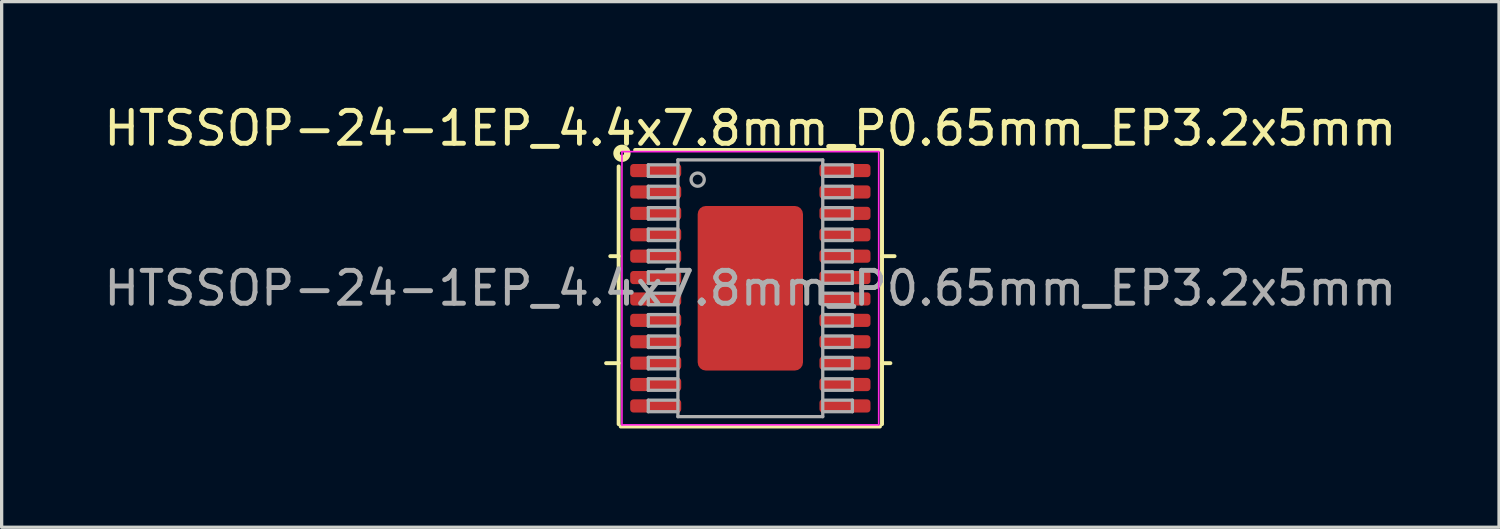
<source format=kicad_pcb>
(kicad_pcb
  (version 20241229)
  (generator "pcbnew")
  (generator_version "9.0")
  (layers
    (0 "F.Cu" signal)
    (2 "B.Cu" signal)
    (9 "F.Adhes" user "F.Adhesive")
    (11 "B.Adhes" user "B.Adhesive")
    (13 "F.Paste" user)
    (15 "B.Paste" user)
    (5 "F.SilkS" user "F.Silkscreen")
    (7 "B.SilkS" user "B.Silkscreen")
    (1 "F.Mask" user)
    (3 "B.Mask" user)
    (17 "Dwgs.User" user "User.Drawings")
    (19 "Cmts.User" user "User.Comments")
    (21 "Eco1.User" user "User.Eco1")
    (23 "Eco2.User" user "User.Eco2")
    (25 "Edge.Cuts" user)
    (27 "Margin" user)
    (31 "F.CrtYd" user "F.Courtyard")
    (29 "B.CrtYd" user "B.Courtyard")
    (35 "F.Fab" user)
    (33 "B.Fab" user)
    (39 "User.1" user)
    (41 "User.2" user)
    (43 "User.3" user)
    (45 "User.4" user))
  (footprint "HTSSOP-24-1EP_4.4x7.8mm_P0.65mm_EP3.2x5mm"
    (layer "F.Cu")
    (at 19.744 5.707)
    (property "Reference" "HTSSOP-24-1EP_4.4x7.8mm_P0.65mm_EP3.2x5mm" (at 0 -4.859 0) (layer "F.SilkS") (effects (font (size 1 1) (thickness 0.15))))
    (attr smd)
    (fp_line (start -4 -0.975) (end -4.254 -0.975) (stroke (width 0.12) (type solid)) (layer "F.SilkS"))
    (fp_line (start -4 2.275) (end -4.381 2.275) (stroke (width 0.12) (type solid)) (layer "F.SilkS"))
    (fp_line (start -4 4.128) (end -4 -3.7) (stroke (width 0.12) (type solid)) (layer "F.SilkS"))
    (fp_line (start -3.5 -4.2) (end 3.937 -4.2) (stroke (width 0.12) (type solid)) (layer "F.SilkS"))
    (fp_line (start 3.937 4.2) (end -3.937 4.2) (stroke (width 0.12) (type solid)) (layer "F.SilkS"))
    (fp_line (start 4 -4.191) (end 4 4.128) (stroke (width 0.12) (type solid)) (layer "F.SilkS"))
    (fp_line (start 4 -0.975) (end 4.381 -0.975) (stroke (width 0.12) (type solid)) (layer "F.SilkS"))
    (fp_line (start 4 2.275) (end 4.254 2.275) (stroke (width 0.12) (type solid)) (layer "F.SilkS"))
    (fp_circle (center -3.9 -4.1) (end -3.837 -4.1) (stroke (width 0.2) (type solid)) (fill no) (layer "F.SilkS"))
    (fp_line (start -3.9 -4.15) (end -3.9 4.15) (stroke (width 0.05) (type solid)) (layer "F.CrtYd"))
    (fp_line (start -3.9 4.15) (end 3.9 4.15) (stroke (width 0.05) (type solid)) (layer "F.CrtYd"))
    (fp_line (start 3.9 -4.15) (end -3.9 -4.15) (stroke (width 0.05) (type solid)) (layer "F.CrtYd"))
    (fp_line (start 3.9 4.15) (end 3.9 -4.15) (stroke (width 0.05) (type solid)) (layer "F.CrtYd"))
    (fp_line (start -3.1 -3.75) (end -3.1 -3.4) (stroke (width 0.1) (type solid)) (layer "F.Fab"))
    (fp_line (start -3.1 -3.75) (end -2.2 -3.75) (stroke (width 0.1) (type solid)) (layer "F.Fab"))
    (fp_line (start -3.1 -3.4) (end -2.2 -3.4) (stroke (width 0.1) (type solid)) (layer "F.Fab"))
    (fp_line (start -3.1 -3.1) (end -3.1 -2.75) (stroke (width 0.1) (type solid)) (layer "F.Fab"))
    (fp_line (start -3.1 -3.1) (end -2.2 -3.1) (stroke (width 0.1) (type solid)) (layer "F.Fab"))
    (fp_line (start -3.1 -2.75) (end -2.2 -2.75) (stroke (width 0.1) (type solid)) (layer "F.Fab"))
    (fp_line (start -3.1 -2.45) (end -3.1 -2.1) (stroke (width 0.1) (type solid)) (layer "F.Fab"))
    (fp_line (start -3.1 -2.45) (end -2.2 -2.45) (stroke (width 0.1) (type solid)) (layer "F.Fab"))
    (fp_line (start -3.1 -2.1) (end -2.2 -2.1) (stroke (width 0.1) (type solid)) (layer "F.Fab"))
    (fp_line (start -3.1 -1.8) (end -3.1 -1.45) (stroke (width 0.1) (type solid)) (layer "F.Fab"))
    (fp_line (start -3.1 -1.8) (end -2.2 -1.8) (stroke (width 0.1) (type solid)) (layer "F.Fab"))
    (fp_line (start -3.1 -1.45) (end -2.2 -1.45) (stroke (width 0.1) (type solid)) (layer "F.Fab"))
    (fp_line (start -3.1 -1.15) (end -3.1 -0.8) (stroke (width 0.1) (type solid)) (layer "F.Fab"))
    (fp_line (start -3.1 -1.15) (end -2.2 -1.15) (stroke (width 0.1) (type solid)) (layer "F.Fab"))
    (fp_line (start -3.1 -0.8) (end -2.2 -0.8) (stroke (width 0.1) (type solid)) (layer "F.Fab"))
    (fp_line (start -3.1 -0.5) (end -3.1 -0.15) (stroke (width 0.1) (type solid)) (layer "F.Fab"))
    (fp_line (start -3.1 -0.5) (end -2.2 -0.5) (stroke (width 0.1) (type solid)) (layer "F.Fab"))
    (fp_line (start -3.1 -0.15) (end -2.2 -0.15) (stroke (width 0.1) (type solid)) (layer "F.Fab"))
    (fp_line (start -3.1 0.15) (end -3.1 0.5) (stroke (width 0.1) (type solid)) (layer "F.Fab"))
    (fp_line (start -3.1 0.15) (end -2.2 0.15) (stroke (width 0.1) (type solid)) (layer "F.Fab"))
    (fp_line (start -3.1 0.5) (end -2.2 0.5) (stroke (width 0.1) (type solid)) (layer "F.Fab"))
    (fp_line (start -3.1 0.8) (end -3.1 1.15) (stroke (width 0.1) (type solid)) (layer "F.Fab"))
    (fp_line (start -3.1 0.8) (end -2.2 0.8) (stroke (width 0.1) (type solid)) (layer "F.Fab"))
    (fp_line (start -3.1 1.15) (end -2.2 1.15) (stroke (width 0.1) (type solid)) (layer "F.Fab"))
    (fp_line (start -3.1 1.45) (end -3.1 1.8) (stroke (width 0.1) (type solid)) (layer "F.Fab"))
    (fp_line (start -3.1 1.45) (end -2.2 1.45) (stroke (width 0.1) (type solid)) (layer "F.Fab"))
    (fp_line (start -3.1 1.8) (end -2.2 1.8) (stroke (width 0.1) (type solid)) (layer "F.Fab"))
    (fp_line (start -3.1 2.1) (end -3.1 2.45) (stroke (width 0.1) (type solid)) (layer "F.Fab"))
    (fp_line (start -3.1 2.1) (end -2.2 2.1) (stroke (width 0.1) (type solid)) (layer "F.Fab"))
    (fp_line (start -3.1 2.45) (end -2.2 2.45) (stroke (width 0.1) (type solid)) (layer "F.Fab"))
    (fp_line (start -3.1 2.75) (end -3.1 3.1) (stroke (width 0.1) (type solid)) (layer "F.Fab"))
    (fp_line (start -3.1 2.75) (end -2.2 2.75) (stroke (width 0.1) (type solid)) (layer "F.Fab"))
    (fp_line (start -3.1 3.1) (end -2.2 3.1) (stroke (width 0.1) (type solid)) (layer "F.Fab"))
    (fp_line (start -3.1 3.4) (end -3.1 3.75) (stroke (width 0.1) (type solid)) (layer "F.Fab"))
    (fp_line (start -3.1 3.4) (end -2.2 3.4) (stroke (width 0.1) (type solid)) (layer "F.Fab"))
    (fp_line (start -3.1 3.75) (end -2.2 3.75) (stroke (width 0.1) (type solid)) (layer "F.Fab"))
    (fp_line (start -2.2 -3.9) (end 2.2 -3.9) (stroke (width 0.1) (type solid)) (layer "F.Fab"))
    (fp_line (start -2.2 3.9) (end -2.2 -3.9) (stroke (width 0.1) (type solid)) (layer "F.Fab"))
    (fp_line (start 2.2 -3.9) (end 2.2 3.9) (stroke (width 0.1) (type solid)) (layer "F.Fab"))
    (fp_line (start 2.2 3.9) (end -2.2 3.9) (stroke (width 0.1) (type solid)) (layer "F.Fab"))
    (fp_line (start 3.1 -3.75) (end 2.2 -3.75) (stroke (width 0.1) (type solid)) (layer "F.Fab"))
    (fp_line (start 3.1 -3.4) (end 2.2 -3.4) (stroke (width 0.1) (type solid)) (layer "F.Fab"))
    (fp_line (start 3.1 -3.4) (end 3.1 -3.75) (stroke (width 0.1) (type solid)) (layer "F.Fab"))
    (fp_line (start 3.1 -3.1) (end 2.2 -3.1) (stroke (width 0.1) (type solid)) (layer "F.Fab"))
    (fp_line (start 3.1 -2.75) (end 2.2 -2.75) (stroke (width 0.1) (type solid)) (layer "F.Fab"))
    (fp_line (start 3.1 -2.75) (end 3.1 -3.1) (stroke (width 0.1) (type solid)) (layer "F.Fab"))
    (fp_line (start 3.1 -2.45) (end 2.2 -2.45) (stroke (width 0.1) (type solid)) (layer "F.Fab"))
    (fp_line (start 3.1 -2.1) (end 2.2 -2.1) (stroke (width 0.1) (type solid)) (layer "F.Fab"))
    (fp_line (start 3.1 -2.1) (end 3.1 -2.45) (stroke (width 0.1) (type solid)) (layer "F.Fab"))
    (fp_line (start 3.1 -1.8) (end 2.2 -1.8) (stroke (width 0.1) (type solid)) (layer "F.Fab"))
    (fp_line (start 3.1 -1.45) (end 2.2 -1.45) (stroke (width 0.1) (type solid)) (layer "F.Fab"))
    (fp_line (start 3.1 -1.45) (end 3.1 -1.8) (stroke (width 0.1) (type solid)) (layer "F.Fab"))
    (fp_line (start 3.1 -1.15) (end 2.2 -1.15) (stroke (width 0.1) (type solid)) (layer "F.Fab"))
    (fp_line (start 3.1 -0.8) (end 2.2 -0.8) (stroke (width 0.1) (type solid)) (layer "F.Fab"))
    (fp_line (start 3.1 -0.8) (end 3.1 -1.15) (stroke (width 0.1) (type solid)) (layer "F.Fab"))
    (fp_line (start 3.1 -0.5) (end 2.2 -0.5) (stroke (width 0.1) (type solid)) (layer "F.Fab"))
    (fp_line (start 3.1 -0.15) (end 2.2 -0.15) (stroke (width 0.1) (type solid)) (layer "F.Fab"))
    (fp_line (start 3.1 -0.15) (end 3.1 -0.5) (stroke (width 0.1) (type solid)) (layer "F.Fab"))
    (fp_line (start 3.1 0.15) (end 2.2 0.15) (stroke (width 0.1) (type solid)) (layer "F.Fab"))
    (fp_line (start 3.1 0.5) (end 2.2 0.5) (stroke (width 0.1) (type solid)) (layer "F.Fab"))
    (fp_line (start 3.1 0.5) (end 3.1 0.15) (stroke (width 0.1) (type solid)) (layer "F.Fab"))
    (fp_line (start 3.1 0.8) (end 2.2 0.8) (stroke (width 0.1) (type solid)) (layer "F.Fab"))
    (fp_line (start 3.1 1.15) (end 2.2 1.15) (stroke (width 0.1) (type solid)) (layer "F.Fab"))
    (fp_line (start 3.1 1.15) (end 3.1 0.8) (stroke (width 0.1) (type solid)) (layer "F.Fab"))
    (fp_line (start 3.1 1.45) (end 2.2 1.45) (stroke (width 0.1) (type solid)) (layer "F.Fab"))
    (fp_line (start 3.1 1.8) (end 2.2 1.8) (stroke (width 0.1) (type solid)) (layer "F.Fab"))
    (fp_line (start 3.1 1.8) (end 3.1 1.45) (stroke (width 0.1) (type solid)) (layer "F.Fab"))
    (fp_line (start 3.1 2.1) (end 2.2 2.1) (stroke (width 0.1) (type solid)) (layer "F.Fab"))
    (fp_line (start 3.1 2.45) (end 2.2 2.45) (stroke (width 0.1) (type solid)) (layer "F.Fab"))
    (fp_line (start 3.1 2.45) (end 3.1 2.1) (stroke (width 0.1) (type solid)) (layer "F.Fab"))
    (fp_line (start 3.1 2.75) (end 2.2 2.75) (stroke (width 0.1) (type solid)) (layer "F.Fab"))
    (fp_line (start 3.1 3.1) (end 2.2 3.1) (stroke (width 0.1) (type solid)) (layer "F.Fab"))
    (fp_line (start 3.1 3.1) (end 3.1 2.75) (stroke (width 0.1) (type solid)) (layer "F.Fab"))
    (fp_line (start 3.1 3.4) (end 2.2 3.4) (stroke (width 0.1) (type solid)) (layer "F.Fab"))
    (fp_line (start 3.1 3.75) (end 2.2 3.75) (stroke (width 0.1) (type solid)) (layer "F.Fab"))
    (fp_line (start 3.1 3.75) (end 3.1 3.4) (stroke (width 0.1) (type solid)) (layer "F.Fab"))
    (fp_circle (center -1.6 -3.3) (end -1.4 -3.3) (stroke (width 0.1) (type solid)) (fill no) (layer "F.Fab"))
    (fp_text user "${REFERENCE}" (at 0 0 0) (layer "F.Fab") (effects (font (size 1 1) (thickness 0.15))))
    (pad "" smd roundrect (at -0.8 -1.67) (size 1.29 1.34) (layers "F.Paste") (roundrect_rratio 0.194))
    (pad "" smd roundrect (at -0.8 0) (size 1.29 1.34) (layers "F.Paste") (roundrect_rratio 0.194))
    (pad "" smd roundrect (at -0.8 1.67) (size 1.29 1.34) (layers "F.Paste") (roundrect_rratio 0.194))
    (pad "" smd roundrect (at 0.8 -1.67) (size 1.29 1.34) (layers "F.Paste") (roundrect_rratio 0.194))
    (pad "" smd roundrect (at 0.8 0) (size 1.29 1.34) (layers "F.Paste") (roundrect_rratio 0.194))
    (pad "" smd roundrect (at 0.8 1.67) (size 1.29 1.34) (layers "F.Paste") (roundrect_rratio 0.194))
    (pad "1" smd roundrect (at -2.875 -3.575) (size 1.55 0.4) (layers "F.Cu" "F.Mask" "F.Paste") (roundrect_rratio 0.25))
    (pad "2" smd roundrect (at -2.875 -2.925) (size 1.55 0.4) (layers "F.Cu" "F.Mask" "F.Paste") (roundrect_rratio 0.25))
    (pad "3" smd roundrect (at -2.875 -2.275) (size 1.55 0.4) (layers "F.Cu" "F.Mask" "F.Paste") (roundrect_rratio 0.25))
    (pad "4" smd roundrect (at -2.875 -1.625) (size 1.55 0.4) (layers "F.Cu" "F.Mask" "F.Paste") (roundrect_rratio 0.25))
    (pad "5" smd roundrect (at -2.875 -0.975) (size 1.55 0.4) (layers "F.Cu" "F.Mask" "F.Paste") (roundrect_rratio 0.25))
    (pad "6" smd roundrect (at -2.875 -0.325) (size 1.55 0.4) (layers "F.Cu" "F.Mask" "F.Paste") (roundrect_rratio 0.25))
    (pad "7" smd roundrect (at -2.875 0.325) (size 1.55 0.4) (layers "F.Cu" "F.Mask" "F.Paste") (roundrect_rratio 0.25))
    (pad "8" smd roundrect (at -2.875 0.975) (size 1.55 0.4) (layers "F.Cu" "F.Mask" "F.Paste") (roundrect_rratio 0.25))
    (pad "9" smd roundrect (at -2.875 1.625) (size 1.55 0.4) (layers "F.Cu" "F.Mask" "F.Paste") (roundrect_rratio 0.25))
    (pad "10" smd roundrect (at -2.875 2.275) (size 1.55 0.4) (layers "F.Cu" "F.Mask" "F.Paste") (roundrect_rratio 0.25))
    (pad "11" smd roundrect (at -2.875 2.925) (size 1.55 0.4) (layers "F.Cu" "F.Mask" "F.Paste") (roundrect_rratio 0.25))
    (pad "12" smd roundrect (at -2.875 3.575) (size 1.55 0.4) (layers "F.Cu" "F.Mask" "F.Paste") (roundrect_rratio 0.25))
    (pad "13" smd roundrect (at 2.875 3.575) (size 1.55 0.4) (layers "F.Cu" "F.Mask" "F.Paste") (roundrect_rratio 0.25))
    (pad "14" smd roundrect (at 2.875 2.925) (size 1.55 0.4) (layers "F.Cu" "F.Mask" "F.Paste") (roundrect_rratio 0.25))
    (pad "15" smd roundrect (at 2.875 2.275) (size 1.55 0.4) (layers "F.Cu" "F.Mask" "F.Paste") (roundrect_rratio 0.25))
    (pad "16" smd roundrect (at 2.875 1.625) (size 1.55 0.4) (layers "F.Cu" "F.Mask" "F.Paste") (roundrect_rratio 0.25))
    (pad "17" smd roundrect (at 2.875 0.975) (size 1.55 0.4) (layers "F.Cu" "F.Mask" "F.Paste") (roundrect_rratio 0.25))
    (pad "18" smd roundrect (at 2.875 0.325) (size 1.55 0.4) (layers "F.Cu" "F.Mask" "F.Paste") (roundrect_rratio 0.25))
    (pad "19" smd roundrect (at 2.875 -0.325) (size 1.55 0.4) (layers "F.Cu" "F.Mask" "F.Paste") (roundrect_rratio 0.25))
    (pad "20" smd roundrect (at 2.875 -0.975) (size 1.55 0.4) (layers "F.Cu" "F.Mask" "F.Paste") (roundrect_rratio 0.25))
    (pad "21" smd roundrect (at 2.875 -1.625) (size 1.55 0.4) (layers "F.Cu" "F.Mask" "F.Paste") (roundrect_rratio 0.25))
    (pad "22" smd roundrect (at 2.875 -2.275) (size 1.55 0.4) (layers "F.Cu" "F.Mask" "F.Paste") (roundrect_rratio 0.25))
    (pad "23" smd roundrect (at 2.875 -2.925) (size 1.55 0.4) (layers "F.Cu" "F.Mask" "F.Paste") (roundrect_rratio 0.25))
    (pad "24" smd roundrect (at 2.875 -3.575) (size 1.55 0.4) (layers "F.Cu" "F.Mask" "F.Paste") (roundrect_rratio 0.25))
    (pad "25" smd roundrect (at 0 0) (size 3.2 5) (layers "F.Cu" "F.Mask") (roundrect_rratio 0.078)))
  (gr_rect
    (start -3 -3)
    (end 42.488 12.967)
    (stroke (width 0.1) (type default))
    (fill no)
    (layer "Edge.Cuts")))
</source>
